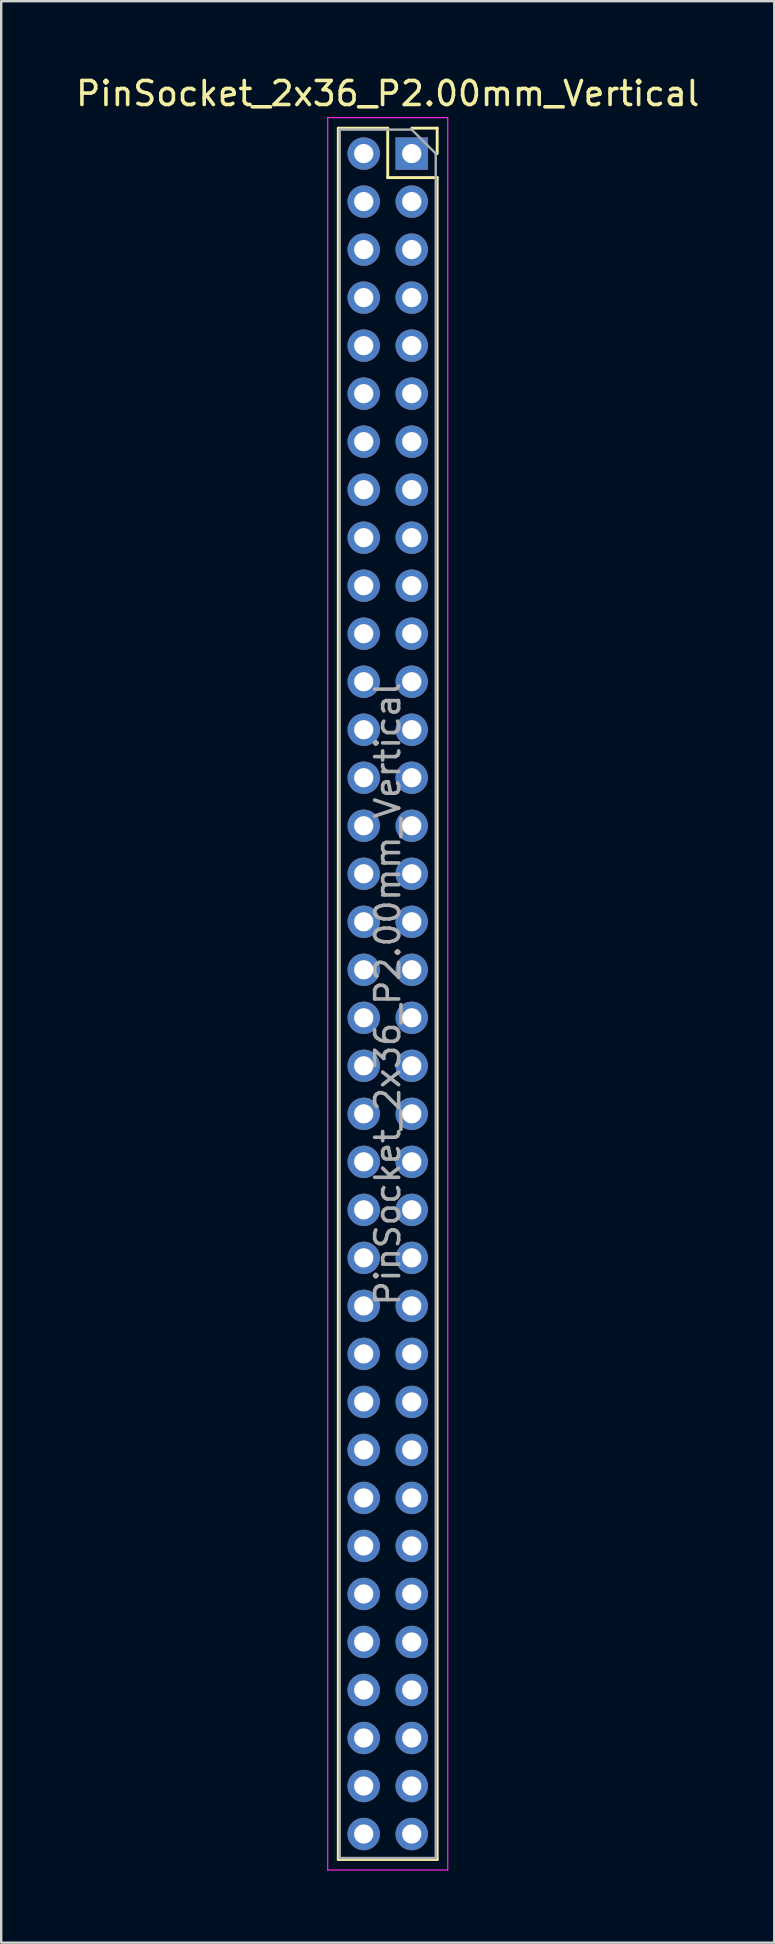
<source format=kicad_pcb>
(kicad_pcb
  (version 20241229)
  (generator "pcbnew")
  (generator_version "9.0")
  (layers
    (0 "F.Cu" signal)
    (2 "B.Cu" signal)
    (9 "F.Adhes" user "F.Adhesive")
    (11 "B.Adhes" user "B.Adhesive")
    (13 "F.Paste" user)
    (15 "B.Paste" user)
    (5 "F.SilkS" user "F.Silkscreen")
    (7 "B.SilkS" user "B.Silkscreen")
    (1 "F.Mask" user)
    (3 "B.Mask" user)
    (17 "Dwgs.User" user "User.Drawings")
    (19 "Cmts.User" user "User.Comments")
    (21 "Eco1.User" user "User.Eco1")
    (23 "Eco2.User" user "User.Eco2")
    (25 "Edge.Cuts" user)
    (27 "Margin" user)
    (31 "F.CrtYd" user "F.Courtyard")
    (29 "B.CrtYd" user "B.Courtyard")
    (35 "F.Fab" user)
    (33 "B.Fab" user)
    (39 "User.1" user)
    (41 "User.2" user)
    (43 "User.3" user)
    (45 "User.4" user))
  (footprint "PinSocket_2x36_P2.00mm_Vertical"
    (layer "F.Cu")
    (at 14.101 3.348)
    (property "Reference" "PinSocket_2x36_P2.00mm_Vertical" (at -1 -2.5 0) (layer "F.SilkS") (effects (font (size 1 1) (thickness 0.15))))
    (attr through_hole)
    (fp_line (start -3.06 -1.06) (end -3.06 71.06) (stroke (width 0.12) (type solid)) (layer "F.SilkS"))
    (fp_line (start -3.06 -1.06) (end -1 -1.06) (stroke (width 0.12) (type solid)) (layer "F.SilkS"))
    (fp_line (start -3.06 71.06) (end 1.06 71.06) (stroke (width 0.12) (type solid)) (layer "F.SilkS"))
    (fp_line (start -1 -1.06) (end -1 1) (stroke (width 0.12) (type solid)) (layer "F.SilkS"))
    (fp_line (start -1 1) (end 1.06 1) (stroke (width 0.12) (type solid)) (layer "F.SilkS"))
    (fp_line (start 0 -1.06) (end 1.06 -1.06) (stroke (width 0.12) (type solid)) (layer "F.SilkS"))
    (fp_line (start 1.06 -1.06) (end 1.06 0) (stroke (width 0.12) (type solid)) (layer "F.SilkS"))
    (fp_line (start 1.06 1) (end 1.06 71.06) (stroke (width 0.12) (type solid)) (layer "F.SilkS"))
    (fp_line (start -3.5 -1.5) (end 1.5 -1.5) (stroke (width 0.05) (type solid)) (layer "F.CrtYd"))
    (fp_line (start -3.5 71.5) (end -3.5 -1.5) (stroke (width 0.05) (type solid)) (layer "F.CrtYd"))
    (fp_line (start 1.5 -1.5) (end 1.5 71.5) (stroke (width 0.05) (type solid)) (layer "F.CrtYd"))
    (fp_line (start 1.5 71.5) (end -3.5 71.5) (stroke (width 0.05) (type solid)) (layer "F.CrtYd"))
    (fp_line (start -3 -1) (end 0 -1) (stroke (width 0.1) (type solid)) (layer "F.Fab"))
    (fp_line (start -3 71) (end -3 -1) (stroke (width 0.1) (type solid)) (layer "F.Fab"))
    (fp_line (start 0 -1) (end 1 0) (stroke (width 0.1) (type solid)) (layer "F.Fab"))
    (fp_line (start 1 0) (end 1 71) (stroke (width 0.1) (type solid)) (layer "F.Fab"))
    (fp_line (start 1 71) (end -3 71) (stroke (width 0.1) (type solid)) (layer "F.Fab"))
    (fp_text user "${REFERENCE}" (at -1 35 90) (layer "F.Fab") (effects (font (size 1 1) (thickness 0.15))))
    (pad "1" thru_hole rect (at 0 0) (size 1.35 1.35) (drill 0.8) (layers "*.Cu" "*.Mask"))
    (pad "2" thru_hole oval (at -2 0) (size 1.35 1.35) (drill 0.8) (layers "*.Cu" "*.Mask"))
    (pad "3" thru_hole oval (at 0 2) (size 1.35 1.35) (drill 0.8) (layers "*.Cu" "*.Mask"))
    (pad "4" thru_hole oval (at -2 2) (size 1.35 1.35) (drill 0.8) (layers "*.Cu" "*.Mask"))
    (pad "5" thru_hole oval (at 0 4) (size 1.35 1.35) (drill 0.8) (layers "*.Cu" "*.Mask"))
    (pad "6" thru_hole oval (at -2 4) (size 1.35 1.35) (drill 0.8) (layers "*.Cu" "*.Mask"))
    (pad "7" thru_hole oval (at 0 6) (size 1.35 1.35) (drill 0.8) (layers "*.Cu" "*.Mask"))
    (pad "8" thru_hole oval (at -2 6) (size 1.35 1.35) (drill 0.8) (layers "*.Cu" "*.Mask"))
    (pad "9" thru_hole oval (at 0 8) (size 1.35 1.35) (drill 0.8) (layers "*.Cu" "*.Mask"))
    (pad "10" thru_hole oval (at -2 8) (size 1.35 1.35) (drill 0.8) (layers "*.Cu" "*.Mask"))
    (pad "11" thru_hole oval (at 0 10) (size 1.35 1.35) (drill 0.8) (layers "*.Cu" "*.Mask"))
    (pad "12" thru_hole oval (at -2 10) (size 1.35 1.35) (drill 0.8) (layers "*.Cu" "*.Mask"))
    (pad "13" thru_hole oval (at 0 12) (size 1.35 1.35) (drill 0.8) (layers "*.Cu" "*.Mask"))
    (pad "14" thru_hole oval (at -2 12) (size 1.35 1.35) (drill 0.8) (layers "*.Cu" "*.Mask"))
    (pad "15" thru_hole oval (at 0 14) (size 1.35 1.35) (drill 0.8) (layers "*.Cu" "*.Mask"))
    (pad "16" thru_hole oval (at -2 14) (size 1.35 1.35) (drill 0.8) (layers "*.Cu" "*.Mask"))
    (pad "17" thru_hole oval (at 0 16) (size 1.35 1.35) (drill 0.8) (layers "*.Cu" "*.Mask"))
    (pad "18" thru_hole oval (at -2 16) (size 1.35 1.35) (drill 0.8) (layers "*.Cu" "*.Mask"))
    (pad "19" thru_hole oval (at 0 18) (size 1.35 1.35) (drill 0.8) (layers "*.Cu" "*.Mask"))
    (pad "20" thru_hole oval (at -2 18) (size 1.35 1.35) (drill 0.8) (layers "*.Cu" "*.Mask"))
    (pad "21" thru_hole oval (at 0 20) (size 1.35 1.35) (drill 0.8) (layers "*.Cu" "*.Mask"))
    (pad "22" thru_hole oval (at -2 20) (size 1.35 1.35) (drill 0.8) (layers "*.Cu" "*.Mask"))
    (pad "23" thru_hole oval (at 0 22) (size 1.35 1.35) (drill 0.8) (layers "*.Cu" "*.Mask"))
    (pad "24" thru_hole oval (at -2 22) (size 1.35 1.35) (drill 0.8) (layers "*.Cu" "*.Mask"))
    (pad "25" thru_hole oval (at 0 24) (size 1.35 1.35) (drill 0.8) (layers "*.Cu" "*.Mask"))
    (pad "26" thru_hole oval (at -2 24) (size 1.35 1.35) (drill 0.8) (layers "*.Cu" "*.Mask"))
    (pad "27" thru_hole oval (at 0 26) (size 1.35 1.35) (drill 0.8) (layers "*.Cu" "*.Mask"))
    (pad "28" thru_hole oval (at -2 26) (size 1.35 1.35) (drill 0.8) (layers "*.Cu" "*.Mask"))
    (pad "29" thru_hole oval (at 0 28) (size 1.35 1.35) (drill 0.8) (layers "*.Cu" "*.Mask"))
    (pad "30" thru_hole oval (at -2 28) (size 1.35 1.35) (drill 0.8) (layers "*.Cu" "*.Mask"))
    (pad "31" thru_hole oval (at 0 30) (size 1.35 1.35) (drill 0.8) (layers "*.Cu" "*.Mask"))
    (pad "32" thru_hole oval (at -2 30) (size 1.35 1.35) (drill 0.8) (layers "*.Cu" "*.Mask"))
    (pad "33" thru_hole oval (at 0 32) (size 1.35 1.35) (drill 0.8) (layers "*.Cu" "*.Mask"))
    (pad "34" thru_hole oval (at -2 32) (size 1.35 1.35) (drill 0.8) (layers "*.Cu" "*.Mask"))
    (pad "35" thru_hole oval (at 0 34) (size 1.35 1.35) (drill 0.8) (layers "*.Cu" "*.Mask"))
    (pad "36" thru_hole oval (at -2 34) (size 1.35 1.35) (drill 0.8) (layers "*.Cu" "*.Mask"))
    (pad "37" thru_hole oval (at 0 36) (size 1.35 1.35) (drill 0.8) (layers "*.Cu" "*.Mask"))
    (pad "38" thru_hole oval (at -2 36) (size 1.35 1.35) (drill 0.8) (layers "*.Cu" "*.Mask"))
    (pad "39" thru_hole oval (at 0 38) (size 1.35 1.35) (drill 0.8) (layers "*.Cu" "*.Mask"))
    (pad "40" thru_hole oval (at -2 38) (size 1.35 1.35) (drill 0.8) (layers "*.Cu" "*.Mask"))
    (pad "41" thru_hole oval (at 0 40) (size 1.35 1.35) (drill 0.8) (layers "*.Cu" "*.Mask"))
    (pad "42" thru_hole oval (at -2 40) (size 1.35 1.35) (drill 0.8) (layers "*.Cu" "*.Mask"))
    (pad "43" thru_hole oval (at 0 42) (size 1.35 1.35) (drill 0.8) (layers "*.Cu" "*.Mask"))
    (pad "44" thru_hole oval (at -2 42) (size 1.35 1.35) (drill 0.8) (layers "*.Cu" "*.Mask"))
    (pad "45" thru_hole oval (at 0 44) (size 1.35 1.35) (drill 0.8) (layers "*.Cu" "*.Mask"))
    (pad "46" thru_hole oval (at -2 44) (size 1.35 1.35) (drill 0.8) (layers "*.Cu" "*.Mask"))
    (pad "47" thru_hole oval (at 0 46) (size 1.35 1.35) (drill 0.8) (layers "*.Cu" "*.Mask"))
    (pad "48" thru_hole oval (at -2 46) (size 1.35 1.35) (drill 0.8) (layers "*.Cu" "*.Mask"))
    (pad "49" thru_hole oval (at 0 48) (size 1.35 1.35) (drill 0.8) (layers "*.Cu" "*.Mask"))
    (pad "50" thru_hole oval (at -2 48) (size 1.35 1.35) (drill 0.8) (layers "*.Cu" "*.Mask"))
    (pad "51" thru_hole oval (at 0 50) (size 1.35 1.35) (drill 0.8) (layers "*.Cu" "*.Mask"))
    (pad "52" thru_hole oval (at -2 50) (size 1.35 1.35) (drill 0.8) (layers "*.Cu" "*.Mask"))
    (pad "53" thru_hole oval (at 0 52) (size 1.35 1.35) (drill 0.8) (layers "*.Cu" "*.Mask"))
    (pad "54" thru_hole oval (at -2 52) (size 1.35 1.35) (drill 0.8) (layers "*.Cu" "*.Mask"))
    (pad "55" thru_hole oval (at 0 54) (size 1.35 1.35) (drill 0.8) (layers "*.Cu" "*.Mask"))
    (pad "56" thru_hole oval (at -2 54) (size 1.35 1.35) (drill 0.8) (layers "*.Cu" "*.Mask"))
    (pad "57" thru_hole oval (at 0 56) (size 1.35 1.35) (drill 0.8) (layers "*.Cu" "*.Mask"))
    (pad "58" thru_hole oval (at -2 56) (size 1.35 1.35) (drill 0.8) (layers "*.Cu" "*.Mask"))
    (pad "59" thru_hole oval (at 0 58) (size 1.35 1.35) (drill 0.8) (layers "*.Cu" "*.Mask"))
    (pad "60" thru_hole oval (at -2 58) (size 1.35 1.35) (drill 0.8) (layers "*.Cu" "*.Mask"))
    (pad "61" thru_hole oval (at 0 60) (size 1.35 1.35) (drill 0.8) (layers "*.Cu" "*.Mask"))
    (pad "62" thru_hole oval (at -2 60) (size 1.35 1.35) (drill 0.8) (layers "*.Cu" "*.Mask"))
    (pad "63" thru_hole oval (at 0 62) (size 1.35 1.35) (drill 0.8) (layers "*.Cu" "*.Mask"))
    (pad "64" thru_hole oval (at -2 62) (size 1.35 1.35) (drill 0.8) (layers "*.Cu" "*.Mask"))
    (pad "65" thru_hole oval (at 0 64) (size 1.35 1.35) (drill 0.8) (layers "*.Cu" "*.Mask"))
    (pad "66" thru_hole oval (at -2 64) (size 1.35 1.35) (drill 0.8) (layers "*.Cu" "*.Mask"))
    (pad "67" thru_hole oval (at 0 66) (size 1.35 1.35) (drill 0.8) (layers "*.Cu" "*.Mask"))
    (pad "68" thru_hole oval (at -2 66) (size 1.35 1.35) (drill 0.8) (layers "*.Cu" "*.Mask"))
    (pad "69" thru_hole oval (at 0 68) (size 1.35 1.35) (drill 0.8) (layers "*.Cu" "*.Mask"))
    (pad "70" thru_hole oval (at -2 68) (size 1.35 1.35) (drill 0.8) (layers "*.Cu" "*.Mask"))
    (pad "71" thru_hole oval (at 0 70) (size 1.35 1.35) (drill 0.8) (layers "*.Cu" "*.Mask"))
    (pad "72" thru_hole oval (at -2 70) (size 1.35 1.35) (drill 0.8) (layers "*.Cu" "*.Mask")))
  (gr_rect
    (start -3 -3)
    (end 29.202 77.873)
    (stroke (width 0.1) (type default))
    (fill no)
    (layer "Edge.Cuts")))
</source>
